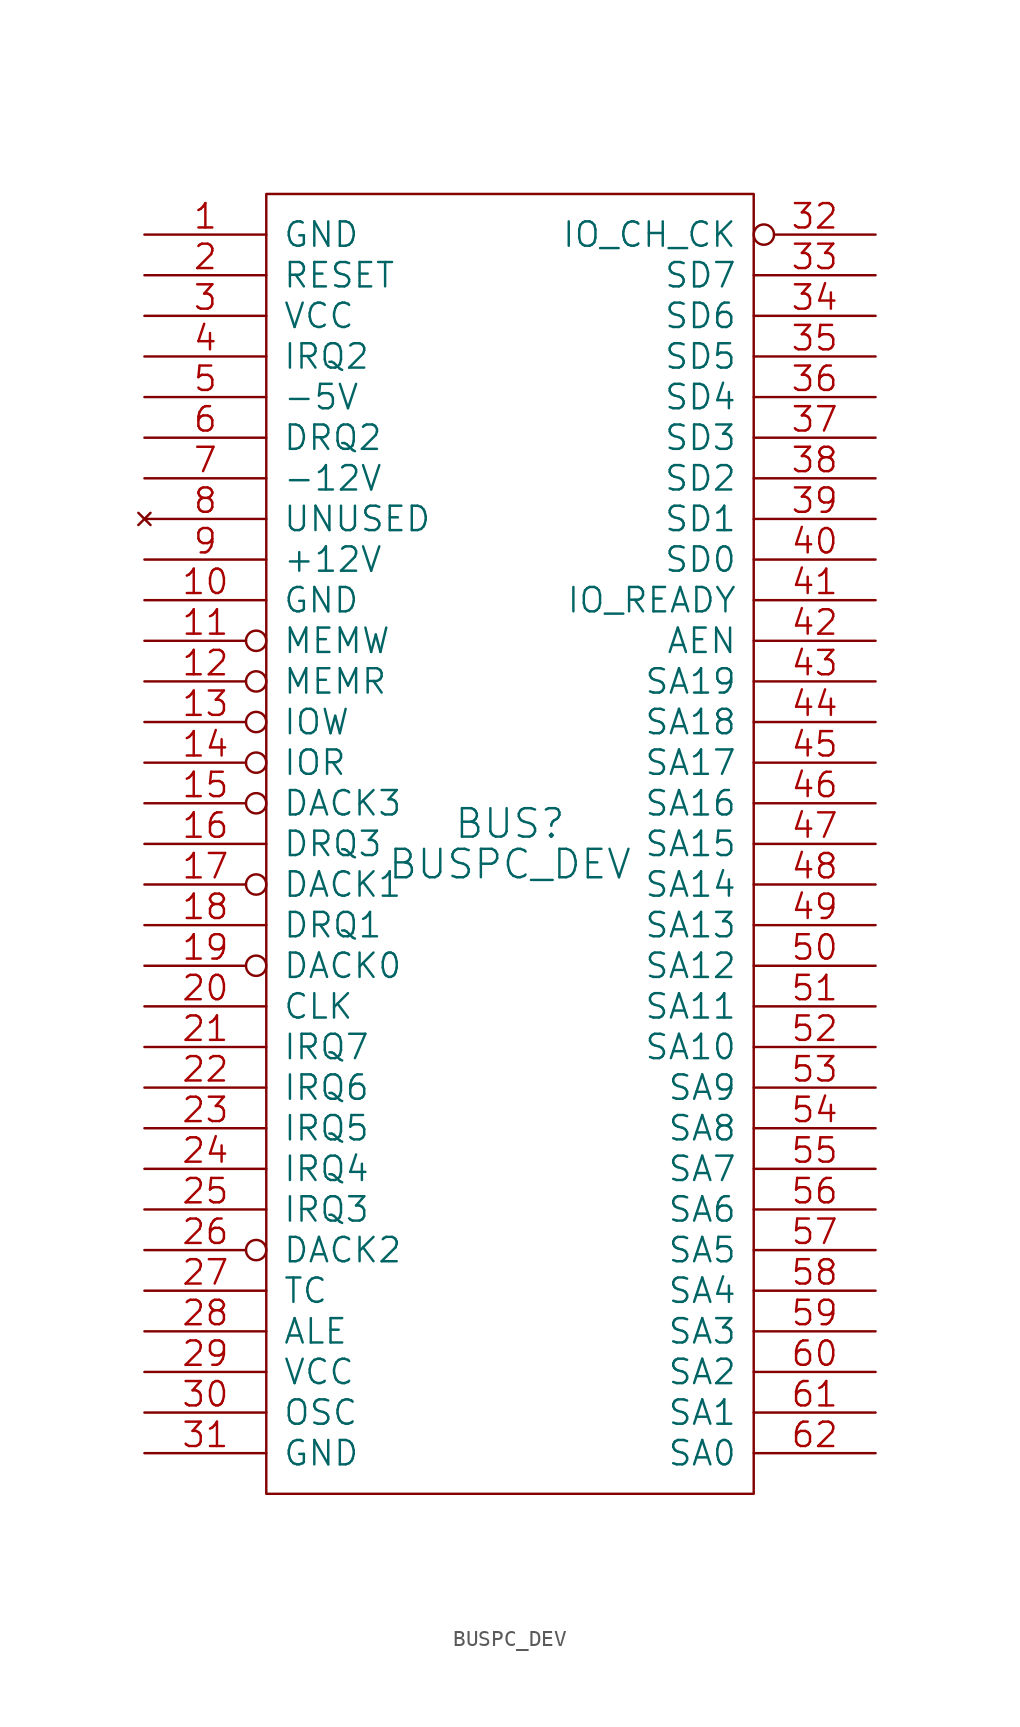
<source format=kicad_sym>
(kicad_symbol_lib
  (version 20220914)
  (generator kicad_symbol_editor)
  (symbol "BUSPC_DEV"
    (pin_names
      (offset 1.016))
    (property "Reference" "BUS"
      (at 0 1.27 0)
      (effects (font (size 1.778 1.778))))
    (property "Value" "BUSPC_DEV"
      (at 0 -1.27 0)
      (effects (font (size 1.778 1.778))))
    (symbol "BUSPC_DEV_0_1"
      (rectangle (start -15.24 -40.64) (end 15.24 40.64) (stroke (width 0) (type solid)) (fill (type none))))
    (symbol "BUSPC_DEV_1_1"
      (pin power_out line (at -22.86 38.1 0) (length 7.62) (name "GND" (effects (font (size 1.524 1.524)))) (number "1" (effects (font (size 1.524 1.524)))))
      (pin power_in line (at -22.86 15.24 0) (length 7.62) (name "GND" (effects (font (size 1.524 1.524)))) (number "10" (effects (font (size 1.524 1.524)))))
      (pin output inverted (at -22.86 12.7 0) (length 7.62) (name "MEMW" (effects (font (size 1.524 1.524)))) (number "11" (effects (font (size 1.524 1.524)))))
      (pin output inverted (at -22.86 10.16 0) (length 7.62) (name "MEMR" (effects (font (size 1.524 1.524)))) (number "12" (effects (font (size 1.524 1.524)))))
      (pin output inverted (at -22.86 7.62 0) (length 7.62) (name "IOW" (effects (font (size 1.524 1.524)))) (number "13" (effects (font (size 1.524 1.524)))))
      (pin output inverted (at -22.86 5.08 0) (length 7.62) (name "IOR" (effects (font (size 1.524 1.524)))) (number "14" (effects (font (size 1.524 1.524)))))
      (pin output inverted (at -22.86 2.54 0) (length 7.62) (name "DACK3" (effects (font (size 1.524 1.524)))) (number "15" (effects (font (size 1.524 1.524)))))
      (pin input line (at -22.86 0 0) (length 7.62) (name "DRQ3" (effects (font (size 1.524 1.524)))) (number "16" (effects (font (size 1.524 1.524)))))
      (pin output inverted (at -22.86 -2.54 0) (length 7.62) (name "DACK1" (effects (font (size 1.524 1.524)))) (number "17" (effects (font (size 1.524 1.524)))))
      (pin input line (at -22.86 -5.08 0) (length 7.62) (name "DRQ1" (effects (font (size 1.524 1.524)))) (number "18" (effects (font (size 1.524 1.524)))))
      (pin output inverted (at -22.86 -7.62 0) (length 7.62) (name "DACK0" (effects (font (size 1.524 1.524)))) (number "19" (effects (font (size 1.524 1.524)))))
      (pin output line (at -22.86 35.56 0) (length 7.62) (name "RESET" (effects (font (size 1.524 1.524)))) (number "2" (effects (font (size 1.524 1.524)))))
      (pin output line (at -22.86 -10.16 0) (length 7.62) (name "CLK" (effects (font (size 1.524 1.524)))) (number "20" (effects (font (size 1.524 1.524)))))
      (pin input line (at -22.86 -12.7 0) (length 7.62) (name "IRQ7" (effects (font (size 1.524 1.524)))) (number "21" (effects (font (size 1.524 1.524)))))
      (pin input line (at -22.86 -15.24 0) (length 7.62) (name "IRQ6" (effects (font (size 1.524 1.524)))) (number "22" (effects (font (size 1.524 1.524)))))
      (pin input line (at -22.86 -17.78 0) (length 7.62) (name "IRQ5" (effects (font (size 1.524 1.524)))) (number "23" (effects (font (size 1.524 1.524)))))
      (pin input line (at -22.86 -20.32 0) (length 7.62) (name "IRQ4" (effects (font (size 1.524 1.524)))) (number "24" (effects (font (size 1.524 1.524)))))
      (pin input line (at -22.86 -22.86 0) (length 7.62) (name "IRQ3" (effects (font (size 1.524 1.524)))) (number "25" (effects (font (size 1.524 1.524)))))
      (pin output inverted (at -22.86 -25.4 0) (length 7.62) (name "DACK2" (effects (font (size 1.524 1.524)))) (number "26" (effects (font (size 1.524 1.524)))))
      (pin output line (at -22.86 -27.94 0) (length 7.62) (name "TC" (effects (font (size 1.524 1.524)))) (number "27" (effects (font (size 1.524 1.524)))))
      (pin output line (at -22.86 -30.48 0) (length 7.62) (name "ALE" (effects (font (size 1.524 1.524)))) (number "28" (effects (font (size 1.524 1.524)))))
      (pin power_in line (at -22.86 -33.02 0) (length 7.62) (name "VCC" (effects (font (size 1.524 1.524)))) (number "29" (effects (font (size 1.524 1.524)))))
      (pin power_out line (at -22.86 33.02 0) (length 7.62) (name "VCC" (effects (font (size 1.524 1.524)))) (number "3" (effects (font (size 1.524 1.524)))))
      (pin output line (at -22.86 -35.56 0) (length 7.62) (name "OSC" (effects (font (size 1.524 1.524)))) (number "30" (effects (font (size 1.524 1.524)))))
      (pin power_in line (at -22.86 -38.1 0) (length 7.62) (name "GND" (effects (font (size 1.524 1.524)))) (number "31" (effects (font (size 1.524 1.524)))))
      (pin input inverted (at 22.86 38.1 180) (length 7.62) (name "IO_CH_CK" (effects (font (size 1.524 1.524)))) (number "32" (effects (font (size 1.524 1.524)))))
      (pin bidirectional line (at 22.86 35.56 180) (length 7.62) (name "SD7" (effects (font (size 1.524 1.524)))) (number "33" (effects (font (size 1.524 1.524)))))
      (pin bidirectional line (at 22.86 33.02 180) (length 7.62) (name "SD6" (effects (font (size 1.524 1.524)))) (number "34" (effects (font (size 1.524 1.524)))))
      (pin bidirectional line (at 22.86 30.48 180) (length 7.62) (name "SD5" (effects (font (size 1.524 1.524)))) (number "35" (effects (font (size 1.524 1.524)))))
      (pin bidirectional line (at 22.86 27.94 180) (length 7.62) (name "SD4" (effects (font (size 1.524 1.524)))) (number "36" (effects (font (size 1.524 1.524)))))
      (pin bidirectional line (at 22.86 25.4 180) (length 7.62) (name "SD3" (effects (font (size 1.524 1.524)))) (number "37" (effects (font (size 1.524 1.524)))))
      (pin bidirectional line (at 22.86 22.86 180) (length 7.62) (name "SD2" (effects (font (size 1.524 1.524)))) (number "38" (effects (font (size 1.524 1.524)))))
      (pin bidirectional line (at 22.86 20.32 180) (length 7.62) (name "SD1" (effects (font (size 1.524 1.524)))) (number "39" (effects (font (size 1.524 1.524)))))
      (pin input line (at -22.86 30.48 0) (length 7.62) (name "IRQ2" (effects (font (size 1.524 1.524)))) (number "4" (effects (font (size 1.524 1.524)))))
      (pin bidirectional line (at 22.86 17.78 180) (length 7.62) (name "SD0" (effects (font (size 1.524 1.524)))) (number "40" (effects (font (size 1.524 1.524)))))
      (pin input line (at 22.86 15.24 180) (length 7.62) (name "IO_READY" (effects (font (size 1.524 1.524)))) (number "41" (effects (font (size 1.524 1.524)))))
      (pin output line (at 22.86 12.7 180) (length 7.62) (name "AEN" (effects (font (size 1.524 1.524)))) (number "42" (effects (font (size 1.524 1.524)))))
      (pin output line (at 22.86 10.16 180) (length 7.62) (name "SA19" (effects (font (size 1.524 1.524)))) (number "43" (effects (font (size 1.524 1.524)))))
      (pin output line (at 22.86 7.62 180) (length 7.62) (name "SA18" (effects (font (size 1.524 1.524)))) (number "44" (effects (font (size 1.524 1.524)))))
      (pin output line (at 22.86 5.08 180) (length 7.62) (name "SA17" (effects (font (size 1.524 1.524)))) (number "45" (effects (font (size 1.524 1.524)))))
      (pin output line (at 22.86 2.54 180) (length 7.62) (name "SA16" (effects (font (size 1.524 1.524)))) (number "46" (effects (font (size 1.524 1.524)))))
      (pin output line (at 22.86 0 180) (length 7.62) (name "SA15" (effects (font (size 1.524 1.524)))) (number "47" (effects (font (size 1.524 1.524)))))
      (pin output line (at 22.86 -2.54 180) (length 7.62) (name "SA14" (effects (font (size 1.524 1.524)))) (number "48" (effects (font (size 1.524 1.524)))))
      (pin output line (at 22.86 -5.08 180) (length 7.62) (name "SA13" (effects (font (size 1.524 1.524)))) (number "49" (effects (font (size 1.524 1.524)))))
      (pin power_out line (at -22.86 27.94 0) (length 7.62) (name "-5V" (effects (font (size 1.524 1.524)))) (number "5" (effects (font (size 1.524 1.524)))))
      (pin output line (at 22.86 -7.62 180) (length 7.62) (name "SA12" (effects (font (size 1.524 1.524)))) (number "50" (effects (font (size 1.524 1.524)))))
      (pin output line (at 22.86 -10.16 180) (length 7.62) (name "SA11" (effects (font (size 1.524 1.524)))) (number "51" (effects (font (size 1.524 1.524)))))
      (pin output line (at 22.86 -12.7 180) (length 7.62) (name "SA10" (effects (font (size 1.524 1.524)))) (number "52" (effects (font (size 1.524 1.524)))))
      (pin output line (at 22.86 -15.24 180) (length 7.62) (name "SA9" (effects (font (size 1.524 1.524)))) (number "53" (effects (font (size 1.524 1.524)))))
      (pin output line (at 22.86 -17.78 180) (length 7.62) (name "SA8" (effects (font (size 1.524 1.524)))) (number "54" (effects (font (size 1.524 1.524)))))
      (pin output line (at 22.86 -20.32 180) (length 7.62) (name "SA7" (effects (font (size 1.524 1.524)))) (number "55" (effects (font (size 1.524 1.524)))))
      (pin output line (at 22.86 -22.86 180) (length 7.62) (name "SA6" (effects (font (size 1.524 1.524)))) (number "56" (effects (font (size 1.524 1.524)))))
      (pin output line (at 22.86 -25.4 180) (length 7.62) (name "SA5" (effects (font (size 1.524 1.524)))) (number "57" (effects (font (size 1.524 1.524)))))
      (pin output line (at 22.86 -27.94 180) (length 7.62) (name "SA4" (effects (font (size 1.524 1.524)))) (number "58" (effects (font (size 1.524 1.524)))))
      (pin output line (at 22.86 -30.48 180) (length 7.62) (name "SA3" (effects (font (size 1.524 1.524)))) (number "59" (effects (font (size 1.524 1.524)))))
      (pin input line (at -22.86 25.4 0) (length 7.62) (name "DRQ2" (effects (font (size 1.524 1.524)))) (number "6" (effects (font (size 1.524 1.524)))))
      (pin output line (at 22.86 -33.02 180) (length 7.62) (name "SA2" (effects (font (size 1.524 1.524)))) (number "60" (effects (font (size 1.524 1.524)))))
      (pin output line (at 22.86 -35.56 180) (length 7.62) (name "SA1" (effects (font (size 1.524 1.524)))) (number "61" (effects (font (size 1.524 1.524)))))
      (pin output line (at 22.86 -38.1 180) (length 7.62) (name "SA0" (effects (font (size 1.524 1.524)))) (number "62" (effects (font (size 1.524 1.524)))))
      (pin power_out line (at -22.86 22.86 0) (length 7.62) (name "-12V" (effects (font (size 1.524 1.524)))) (number "7" (effects (font (size 1.524 1.524)))))
      (pin no_connect line (at -22.86 20.32 0) (length 7.62) (name "UNUSED" (effects (font (size 1.524 1.524)))) (number "8" (effects (font (size 1.524 1.524)))))
      (pin power_out line (at -22.86 17.78 0) (length 7.62) (name "+12V" (effects (font (size 1.524 1.524)))) (number "9" (effects (font (size 1.524 1.524))))))))
</source>
